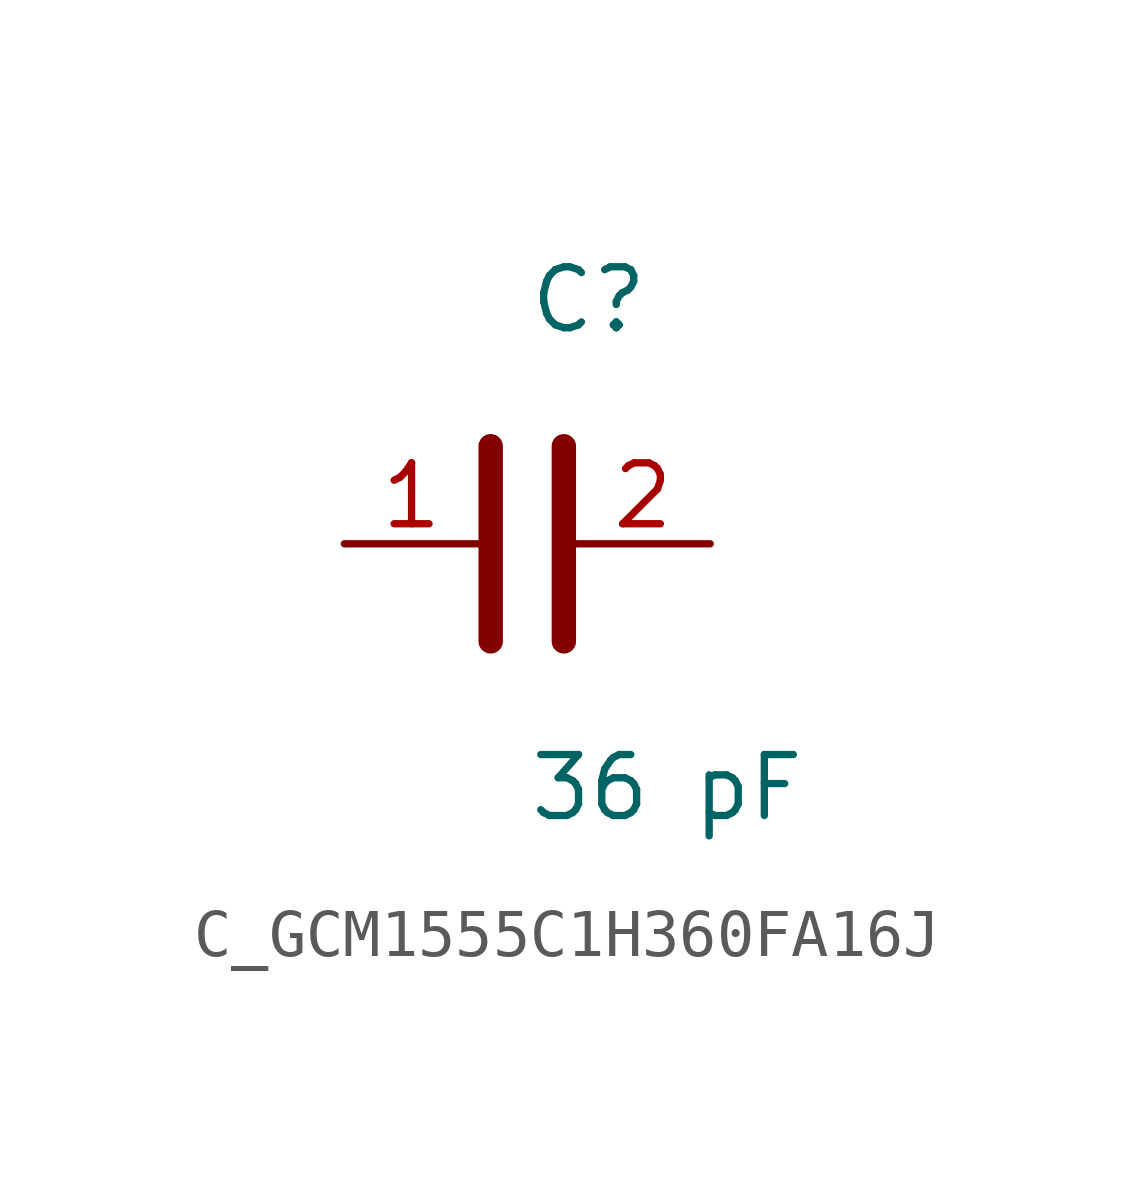
<source format=kicad_sym>
(kicad_symbol_lib
  (version 20231120)
  (generator kicad_symbol_editor)
  (generator_version 8.0)
  (symbol "C_GCM1555C1H360FA16J"
    (pin_names
      (offset 0.254))
    (property "Reference" "C"
      (at 0.0 5.08 0)
      (effects (font (size 1.27 1.27)) (justify left)))
    (property "Value" "36 pF"
      (at 0.0 -5.08 0)
      (effects (font (size 1.27 1.27)) (justify left)))
    (symbol "C_GCM1555C1H360FA16J_0_1"
      (polyline (pts (xy -0.762 -2.032) (xy -0.762 2.032)) (stroke (width 0.508) (type default)) (fill (type none)))
      (polyline (pts (xy 0.762 -2.032) (xy 0.762 2.032)) (stroke (width 0.508) (type default)) (fill (type none))))
    (pin unspecified line
      (at -3.81 0 0)
      (length 2.8)
      (name "" (effects (font (size 1.27 1.27))))
      (number "1" (effects (font (size 1.27 1.27)))))
    (pin unspecified line
      (at 3.81 0 180)
      (length 2.8)
      (name "" (effects (font (size 1.27 1.27))))
      (number "2" (effects (font (size 1.27 1.27)))))))
</source>
